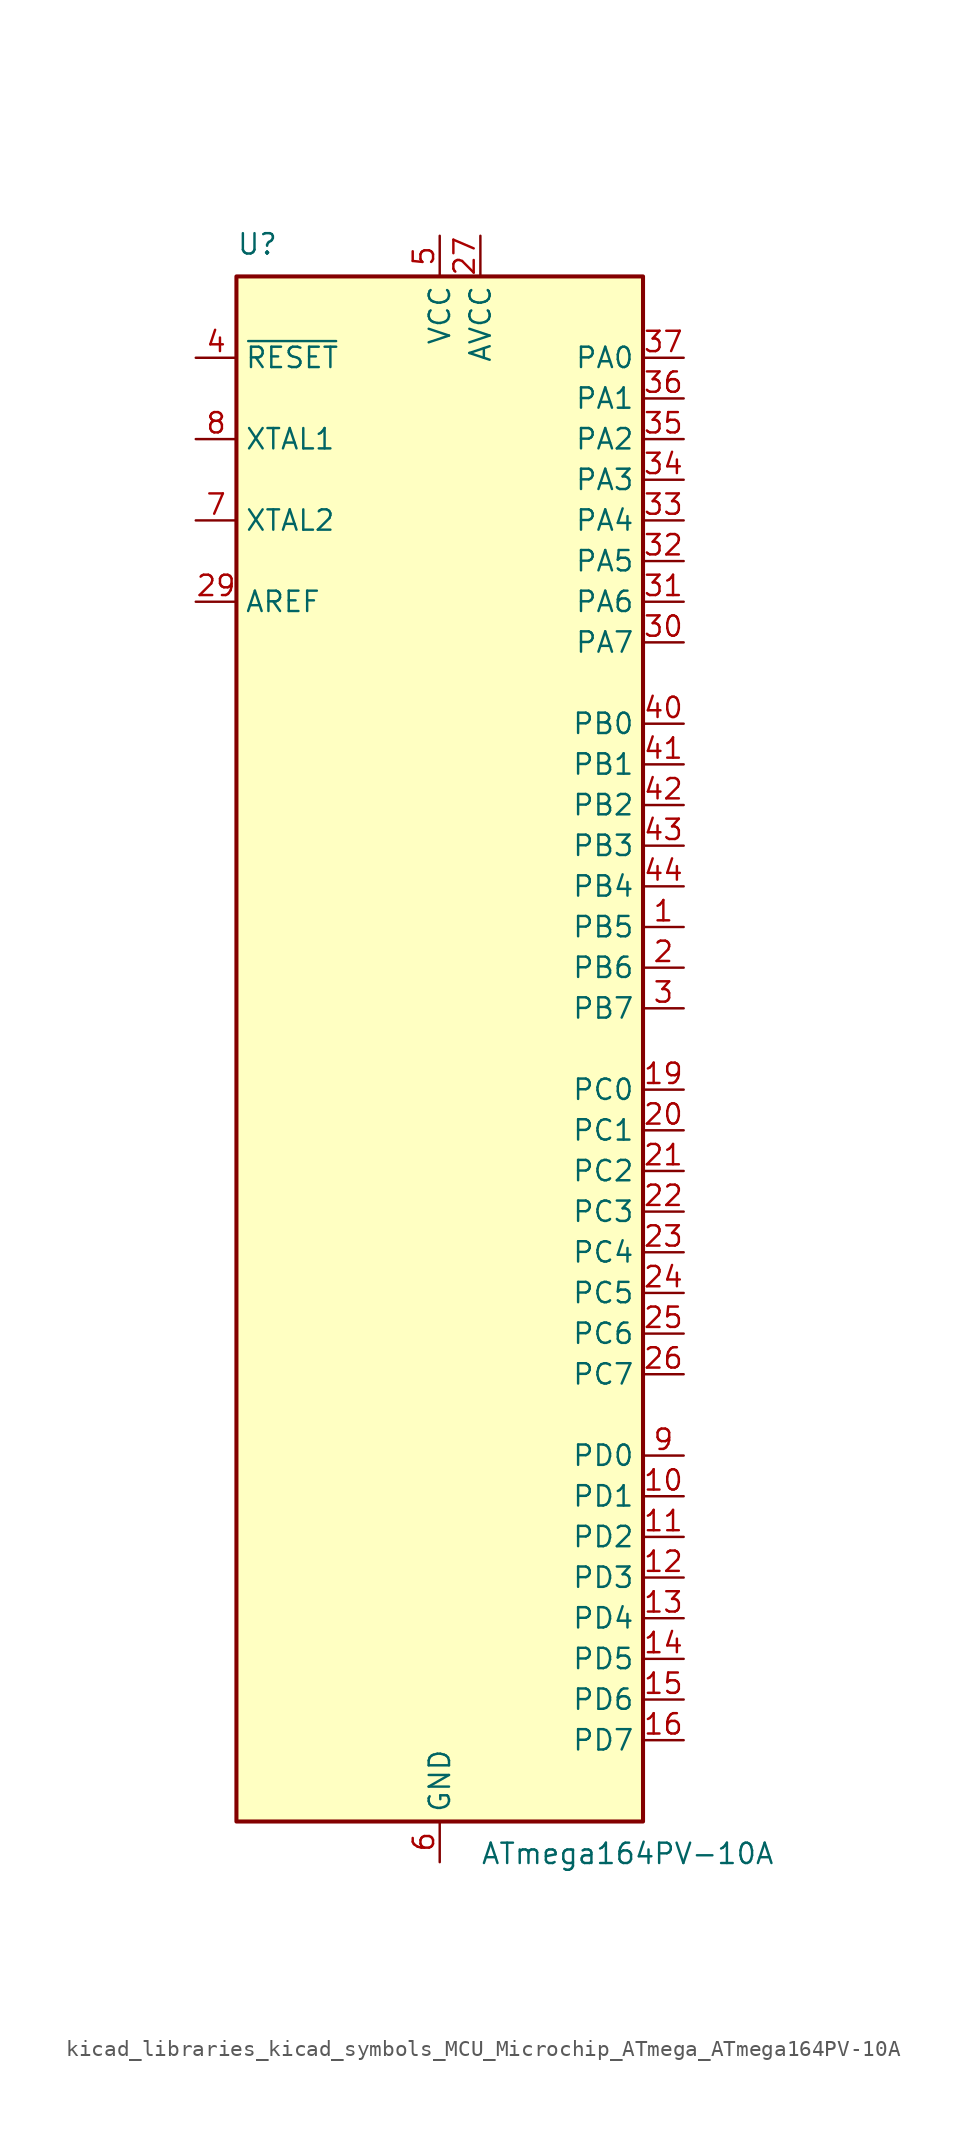
<source format=kicad_sym>
(kicad_symbol_lib
  (version 20220914)
  (generator kicad_symbol_editor)
  (symbol "kicad_libraries_kicad_symbols_MCU_Microchip_ATmega_ATmega164PV-10A"
    (property "Reference" "U"
      (at -12.7 49.53 0)
      (effects (font (size 1.27 1.27)) (justify left bottom)))
    (property "Value" "ATmega164PV-10A"
      (at 2.54 -49.53 0)
      (effects (font (size 1.27 1.27)) (justify left top)))
    (symbol "kicad_libraries_kicad_symbols_MCU_Microchip_ATmega_ATmega164PV-10A_0_1"
      (rectangle (start -12.7 -48.26) (end 12.7 48.26) (stroke (width 0.254) (type default)) (fill (type background))))
    (symbol "kicad_libraries_kicad_symbols_MCU_Microchip_ATmega_ATmega164PV-10A_1_1"
      (pin bidirectional line (at 15.24 7.62 180) (length 2.54) (name "PB5" (effects (font (size 1.27 1.27)))) (number "1" (effects (font (size 1.27 1.27)))))
      (pin bidirectional line (at 15.24 -27.94 180) (length 2.54) (name "PD1" (effects (font (size 1.27 1.27)))) (number "10" (effects (font (size 1.27 1.27)))))
      (pin bidirectional line (at 15.24 -30.48 180) (length 2.54) (name "PD2" (effects (font (size 1.27 1.27)))) (number "11" (effects (font (size 1.27 1.27)))))
      (pin bidirectional line (at 15.24 -33.02 180) (length 2.54) (name "PD3" (effects (font (size 1.27 1.27)))) (number "12" (effects (font (size 1.27 1.27)))))
      (pin bidirectional line (at 15.24 -35.56 180) (length 2.54) (name "PD4" (effects (font (size 1.27 1.27)))) (number "13" (effects (font (size 1.27 1.27)))))
      (pin bidirectional line (at 15.24 -38.1 180) (length 2.54) (name "PD5" (effects (font (size 1.27 1.27)))) (number "14" (effects (font (size 1.27 1.27)))))
      (pin bidirectional line (at 15.24 -40.64 180) (length 2.54) (name "PD6" (effects (font (size 1.27 1.27)))) (number "15" (effects (font (size 1.27 1.27)))))
      (pin bidirectional line (at 15.24 -43.18 180) (length 2.54) (name "PD7" (effects (font (size 1.27 1.27)))) (number "16" (effects (font (size 1.27 1.27)))))
      (pin passive line (at 0 50.8 270) (length 2.54) hide (name "VCC" (effects (font (size 1.27 1.27)))) (number "17" (effects (font (size 1.27 1.27)))))
      (pin passive line (at 0 -50.8 90) (length 2.54) hide (name "GND" (effects (font (size 1.27 1.27)))) (number "18" (effects (font (size 1.27 1.27)))))
      (pin bidirectional line (at 15.24 -2.54 180) (length 2.54) (name "PC0" (effects (font (size 1.27 1.27)))) (number "19" (effects (font (size 1.27 1.27)))))
      (pin bidirectional line (at 15.24 5.08 180) (length 2.54) (name "PB6" (effects (font (size 1.27 1.27)))) (number "2" (effects (font (size 1.27 1.27)))))
      (pin bidirectional line (at 15.24 -5.08 180) (length 2.54) (name "PC1" (effects (font (size 1.27 1.27)))) (number "20" (effects (font (size 1.27 1.27)))))
      (pin bidirectional line (at 15.24 -7.62 180) (length 2.54) (name "PC2" (effects (font (size 1.27 1.27)))) (number "21" (effects (font (size 1.27 1.27)))))
      (pin bidirectional line (at 15.24 -10.16 180) (length 2.54) (name "PC3" (effects (font (size 1.27 1.27)))) (number "22" (effects (font (size 1.27 1.27)))))
      (pin bidirectional line (at 15.24 -12.7 180) (length 2.54) (name "PC4" (effects (font (size 1.27 1.27)))) (number "23" (effects (font (size 1.27 1.27)))))
      (pin bidirectional line (at 15.24 -15.24 180) (length 2.54) (name "PC5" (effects (font (size 1.27 1.27)))) (number "24" (effects (font (size 1.27 1.27)))))
      (pin bidirectional line (at 15.24 -17.78 180) (length 2.54) (name "PC6" (effects (font (size 1.27 1.27)))) (number "25" (effects (font (size 1.27 1.27)))))
      (pin bidirectional line (at 15.24 -20.32 180) (length 2.54) (name "PC7" (effects (font (size 1.27 1.27)))) (number "26" (effects (font (size 1.27 1.27)))))
      (pin power_in line (at 2.54 50.8 270) (length 2.54) (name "AVCC" (effects (font (size 1.27 1.27)))) (number "27" (effects (font (size 1.27 1.27)))))
      (pin passive line (at 0 -50.8 90) (length 2.54) hide (name "GND" (effects (font (size 1.27 1.27)))) (number "28" (effects (font (size 1.27 1.27)))))
      (pin passive line (at -15.24 27.94 0) (length 2.54) (name "AREF" (effects (font (size 1.27 1.27)))) (number "29" (effects (font (size 1.27 1.27)))))
      (pin bidirectional line (at 15.24 2.54 180) (length 2.54) (name "PB7" (effects (font (size 1.27 1.27)))) (number "3" (effects (font (size 1.27 1.27)))))
      (pin bidirectional line (at 15.24 25.4 180) (length 2.54) (name "PA7" (effects (font (size 1.27 1.27)))) (number "30" (effects (font (size 1.27 1.27)))))
      (pin bidirectional line (at 15.24 27.94 180) (length 2.54) (name "PA6" (effects (font (size 1.27 1.27)))) (number "31" (effects (font (size 1.27 1.27)))))
      (pin bidirectional line (at 15.24 30.48 180) (length 2.54) (name "PA5" (effects (font (size 1.27 1.27)))) (number "32" (effects (font (size 1.27 1.27)))))
      (pin bidirectional line (at 15.24 33.02 180) (length 2.54) (name "PA4" (effects (font (size 1.27 1.27)))) (number "33" (effects (font (size 1.27 1.27)))))
      (pin bidirectional line (at 15.24 35.56 180) (length 2.54) (name "PA3" (effects (font (size 1.27 1.27)))) (number "34" (effects (font (size 1.27 1.27)))))
      (pin bidirectional line (at 15.24 38.1 180) (length 2.54) (name "PA2" (effects (font (size 1.27 1.27)))) (number "35" (effects (font (size 1.27 1.27)))))
      (pin bidirectional line (at 15.24 40.64 180) (length 2.54) (name "PA1" (effects (font (size 1.27 1.27)))) (number "36" (effects (font (size 1.27 1.27)))))
      (pin bidirectional line (at 15.24 43.18 180) (length 2.54) (name "PA0" (effects (font (size 1.27 1.27)))) (number "37" (effects (font (size 1.27 1.27)))))
      (pin passive line (at 0 50.8 270) (length 2.54) hide (name "VCC" (effects (font (size 1.27 1.27)))) (number "38" (effects (font (size 1.27 1.27)))))
      (pin passive line (at 0 -50.8 90) (length 2.54) hide (name "GND" (effects (font (size 1.27 1.27)))) (number "39" (effects (font (size 1.27 1.27)))))
      (pin input line (at -15.24 43.18 0) (length 2.54) (name "~{RESET}" (effects (font (size 1.27 1.27)))) (number "4" (effects (font (size 1.27 1.27)))))
      (pin bidirectional line (at 15.24 20.32 180) (length 2.54) (name "PB0" (effects (font (size 1.27 1.27)))) (number "40" (effects (font (size 1.27 1.27)))))
      (pin bidirectional line (at 15.24 17.78 180) (length 2.54) (name "PB1" (effects (font (size 1.27 1.27)))) (number "41" (effects (font (size 1.27 1.27)))))
      (pin bidirectional line (at 15.24 15.24 180) (length 2.54) (name "PB2" (effects (font (size 1.27 1.27)))) (number "42" (effects (font (size 1.27 1.27)))))
      (pin bidirectional line (at 15.24 12.7 180) (length 2.54) (name "PB3" (effects (font (size 1.27 1.27)))) (number "43" (effects (font (size 1.27 1.27)))))
      (pin bidirectional line (at 15.24 10.16 180) (length 2.54) (name "PB4" (effects (font (size 1.27 1.27)))) (number "44" (effects (font (size 1.27 1.27)))))
      (pin power_in line (at 0 50.8 270) (length 2.54) (name "VCC" (effects (font (size 1.27 1.27)))) (number "5" (effects (font (size 1.27 1.27)))))
      (pin power_in line (at 0 -50.8 90) (length 2.54) (name "GND" (effects (font (size 1.27 1.27)))) (number "6" (effects (font (size 1.27 1.27)))))
      (pin output line (at -15.24 33.02 0) (length 2.54) (name "XTAL2" (effects (font (size 1.27 1.27)))) (number "7" (effects (font (size 1.27 1.27)))))
      (pin input line (at -15.24 38.1 0) (length 2.54) (name "XTAL1" (effects (font (size 1.27 1.27)))) (number "8" (effects (font (size 1.27 1.27)))))
      (pin bidirectional line (at 15.24 -25.4 180) (length 2.54) (name "PD0" (effects (font (size 1.27 1.27)))) (number "9" (effects (font (size 1.27 1.27))))))))
</source>
